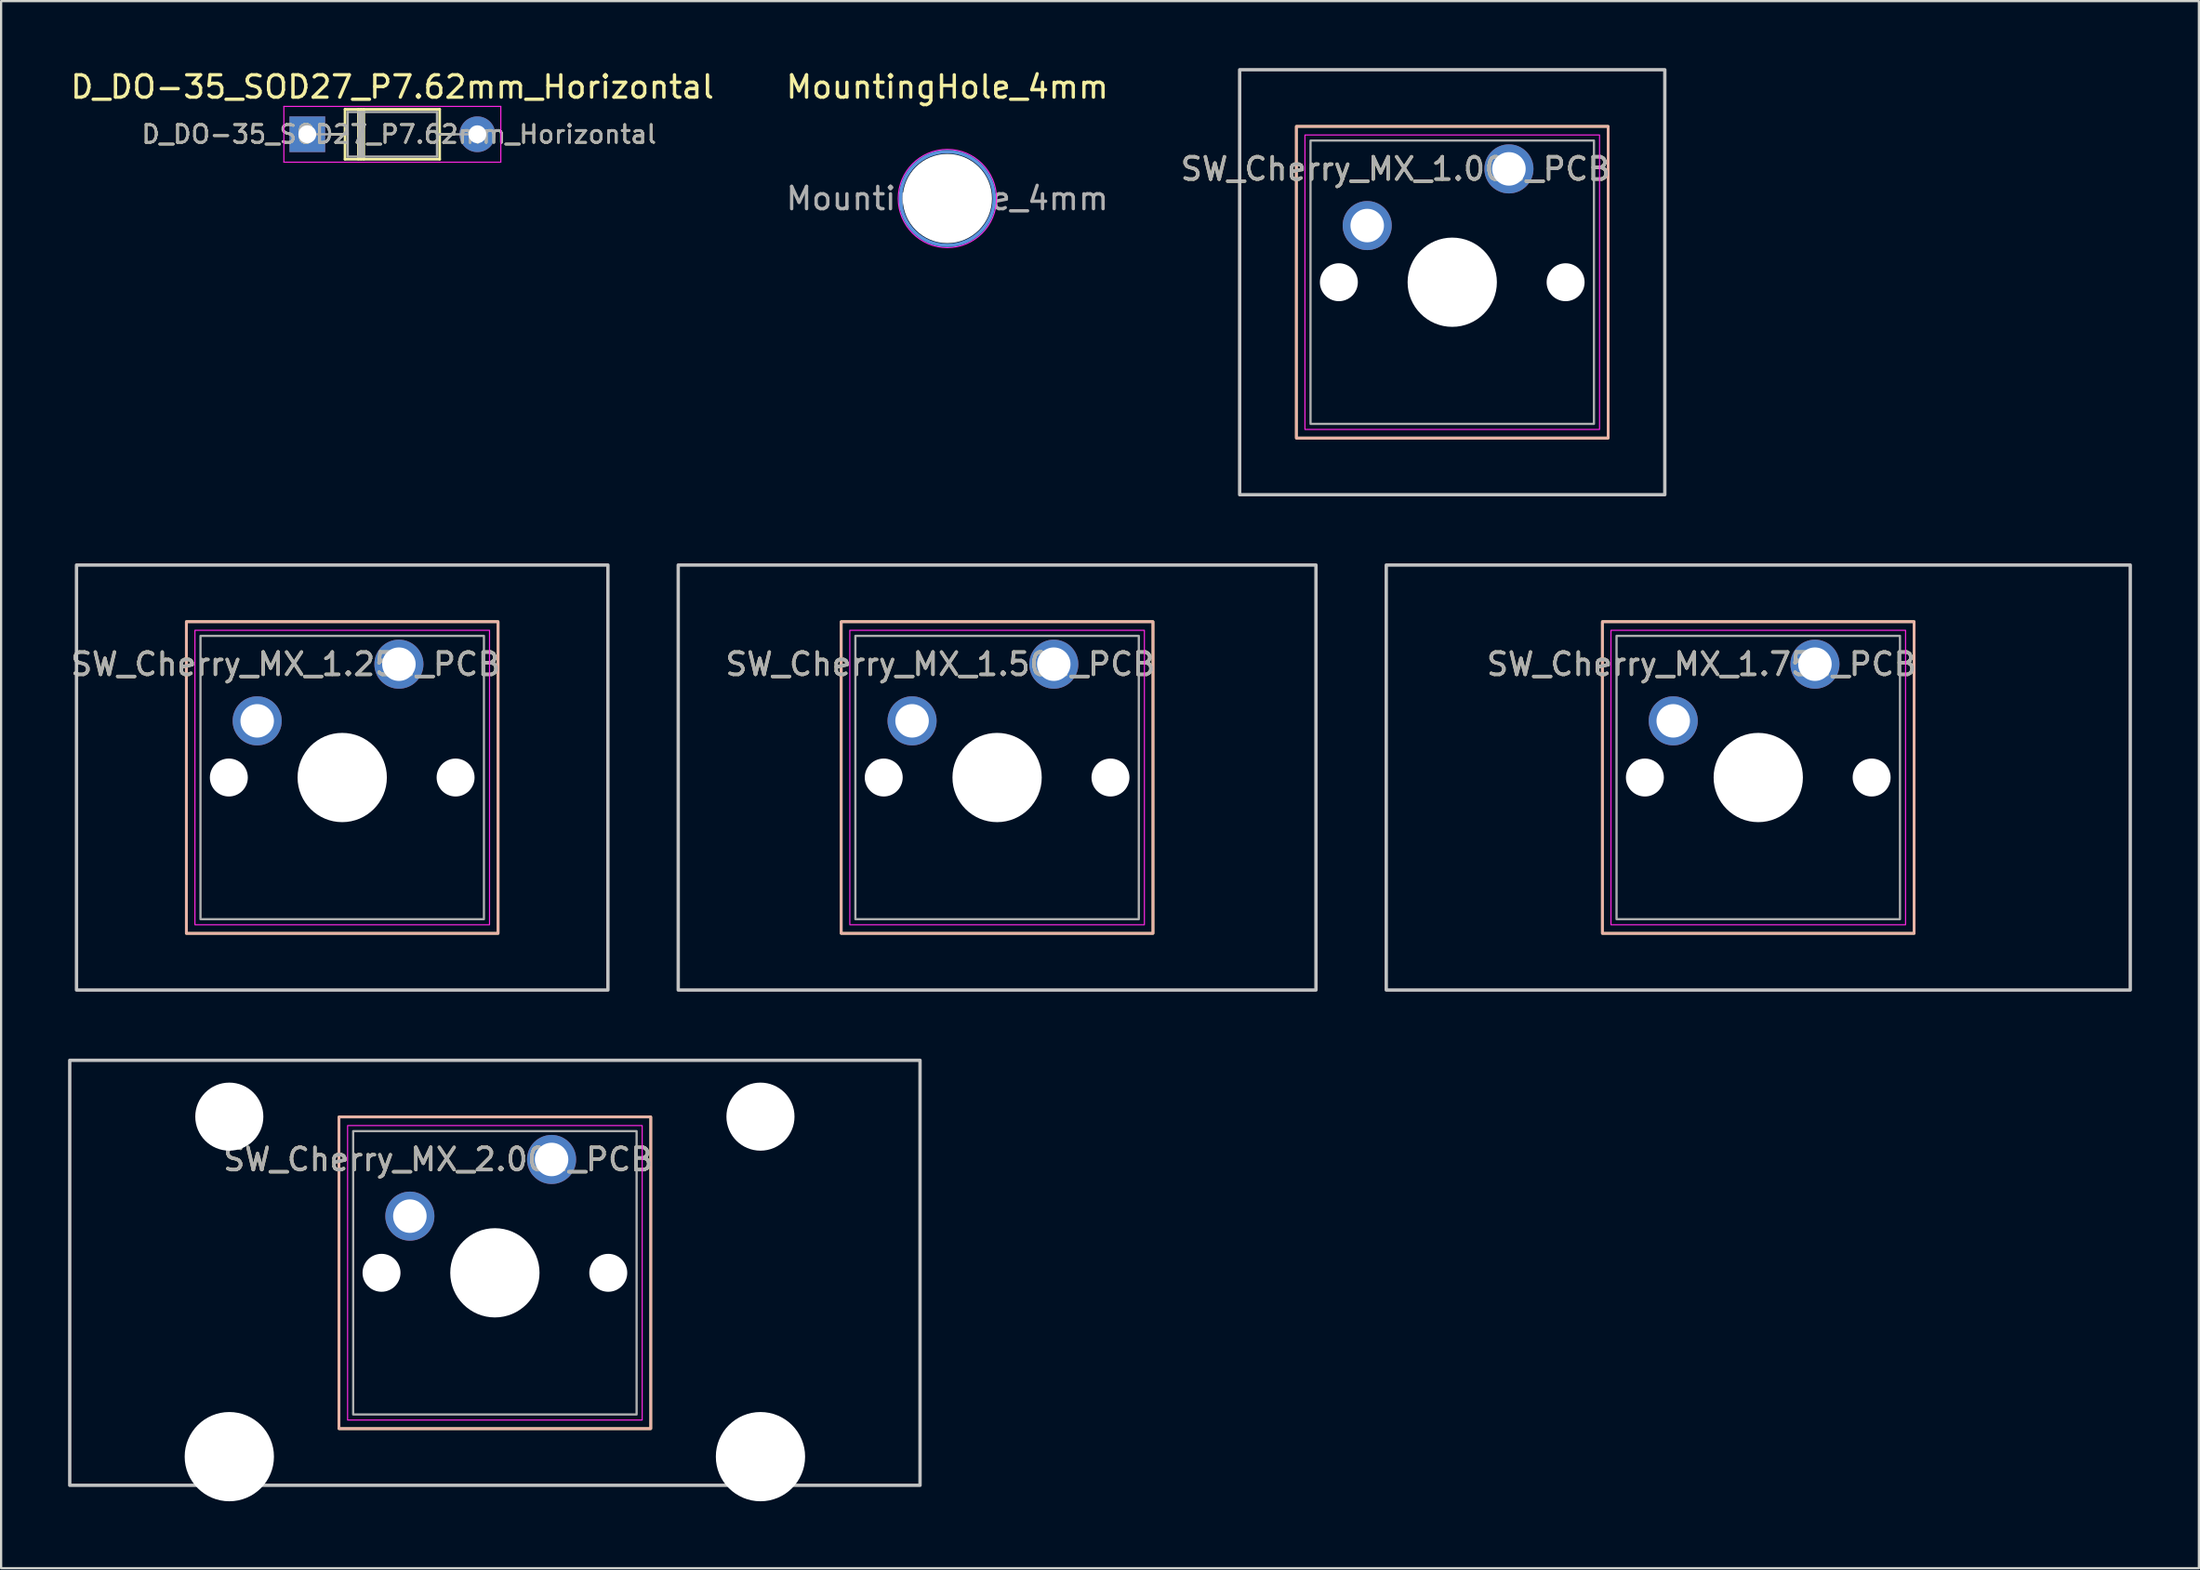
<source format=kicad_pcb>
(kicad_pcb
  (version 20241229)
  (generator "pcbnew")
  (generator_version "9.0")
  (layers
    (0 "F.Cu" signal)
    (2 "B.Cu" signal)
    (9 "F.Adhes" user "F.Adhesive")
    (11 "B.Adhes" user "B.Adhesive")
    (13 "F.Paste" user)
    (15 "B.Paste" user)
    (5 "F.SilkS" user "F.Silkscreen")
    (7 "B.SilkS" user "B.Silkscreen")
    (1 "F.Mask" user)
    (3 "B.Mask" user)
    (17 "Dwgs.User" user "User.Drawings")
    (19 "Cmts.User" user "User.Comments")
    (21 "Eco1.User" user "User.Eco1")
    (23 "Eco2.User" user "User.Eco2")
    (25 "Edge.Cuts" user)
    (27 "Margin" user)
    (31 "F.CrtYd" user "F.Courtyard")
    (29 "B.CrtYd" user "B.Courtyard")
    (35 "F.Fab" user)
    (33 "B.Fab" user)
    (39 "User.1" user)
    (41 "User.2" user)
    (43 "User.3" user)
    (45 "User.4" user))
  (footprint "SW_Cherry_MX_1.00u_PCB"
    (layer "F.Cu")
    (at 64.562 4.52)
    (property "Reference" "SW_Cherry_MX_1.00u_PCB" (at -5.08 0 0) (layer "F.SilkS") (effects (font (size 1 1) (thickness 0.15))))
    (attr through_hole)
    (fp_rect (start -9.525 -1.905) (end 4.445 12.065) (stroke (width 0.12) (type solid)) (fill no) (layer "F.SilkS"))
    (fp_rect (start -9.525 -1.905) (end 4.445 12.065) (stroke (width 0.12) (type solid)) (fill no) (layer "B.SilkS"))
    (fp_rect (start -12.065 -4.445) (end 6.985 14.605) (stroke (width 0.15) (type solid)) (fill no) (layer "Dwgs.User"))
    (fp_rect (start -9.14 -1.52) (end 4.06 11.68) (stroke (width 0.05) (type solid)) (fill no) (layer "F.CrtYd"))
    (fp_rect (start -8.89 -1.27) (end 3.81 11.43) (stroke (width 0.1) (type solid)) (fill no) (layer "F.Fab"))
    (fp_rect (start -9.538 -1.918) (end 4.458 12.078) (stroke (width 0.051) (type solid)) (fill no) (layer "User.1"))
    (fp_text user "${REFERENCE}" (at -5.08 0 0) (layer "F.Fab") (effects (font (size 1 1) (thickness 0.15))))
    (pad "" np_thru_hole circle (at -7.62 5.08) (size 1.7 1.7) (drill 1.7) (layers "*.Cu" "*.Mask"))
    (pad "" np_thru_hole circle (at -2.54 5.08) (size 4 4) (drill 4) (layers "*.Cu" "*.Mask"))
    (pad "" np_thru_hole circle (at 2.54 5.08) (size 1.7 1.7) (drill 1.7) (layers "*.Cu" "*.Mask"))
    (pad "1" thru_hole circle (at 0 0) (size 2.2 2.2) (drill 1.5) (layers "*.Cu" "*.Mask"))
    (pad "2" thru_hole circle (at -6.35 2.54) (size 2.2 2.2) (drill 1.5) (layers "*.Cu" "*.Mask")))
  (footprint "SW_Cherry_MX_1.75u_PCB"
    (layer "F.Cu")
    (at 78.274 26.72)
    (property "Reference" "SW_Cherry_MX_1.75u_PCB" (at -5.08 0 0) (layer "F.SilkS") (effects (font (size 1 1) (thickness 0.15))))
    (attr through_hole)
    (fp_rect (start -9.525 -1.905) (end 4.445 12.065) (stroke (width 0.12) (type solid)) (fill no) (layer "F.SilkS"))
    (fp_rect (start -9.525 -1.905) (end 4.445 12.065) (stroke (width 0.12) (type solid)) (fill no) (layer "B.SilkS"))
    (fp_rect (start -19.209 -4.445) (end 14.129 14.605) (stroke (width 0.15) (type solid)) (fill no) (layer "Dwgs.User"))
    (fp_rect (start -9.14 -1.52) (end 4.06 11.68) (stroke (width 0.05) (type solid)) (fill no) (layer "F.CrtYd"))
    (fp_rect (start -8.89 -1.27) (end 3.81 11.43) (stroke (width 0.1) (type solid)) (fill no) (layer "F.Fab"))
    (fp_rect (start -9.538 -1.918) (end 4.458 12.078) (stroke (width 0.051) (type solid)) (fill no) (layer "User.1"))
    (fp_text user "${REFERENCE}" (at -5.08 0 0) (layer "F.Fab") (effects (font (size 1 1) (thickness 0.15))))
    (pad "" np_thru_hole circle (at -7.62 5.08) (size 1.7 1.7) (drill 1.7) (layers "*.Cu" "*.Mask"))
    (pad "" np_thru_hole circle (at -2.54 5.08) (size 4 4) (drill 4) (layers "*.Cu" "*.Mask"))
    (pad "" np_thru_hole circle (at 2.54 5.08) (size 1.7 1.7) (drill 1.7) (layers "*.Cu" "*.Mask"))
    (pad "1" thru_hole circle (at 0 0) (size 2.2 2.2) (drill 1.5) (layers "*.Cu" "*.Mask"))
    (pad "2" thru_hole circle (at -6.35 2.54) (size 2.2 2.2) (drill 1.5) (layers "*.Cu" "*.Mask")))
  (footprint "D_DO-35_SOD27_P7.62mm_Horizontal"
    (layer "F.Cu")
    (at 10.72 2.968)
    (property "Reference" "D_DO-35_SOD27_P7.62mm_Horizontal" (at 3.81 -2.12 0) (layer "F.SilkS") (effects (font (size 1 1) (thickness 0.15))))
    (attr through_hole)
    (fp_line (start 1.04 0) (end 1.69 0) (stroke (width 0.12) (type solid)) (layer "F.SilkS"))
    (fp_line (start 1.69 -1.12) (end 1.69 1.12) (stroke (width 0.12) (type solid)) (layer "F.SilkS"))
    (fp_line (start 1.69 1.12) (end 5.93 1.12) (stroke (width 0.12) (type solid)) (layer "F.SilkS"))
    (fp_line (start 2.29 -1.12) (end 2.29 1.12) (stroke (width 0.12) (type solid)) (layer "F.SilkS"))
    (fp_line (start 2.41 -1.12) (end 2.41 1.12) (stroke (width 0.12) (type solid)) (layer "F.SilkS"))
    (fp_line (start 2.53 -1.12) (end 2.53 1.12) (stroke (width 0.12) (type solid)) (layer "F.SilkS"))
    (fp_line (start 5.93 -1.12) (end 1.69 -1.12) (stroke (width 0.12) (type solid)) (layer "F.SilkS"))
    (fp_line (start 5.93 1.12) (end 5.93 -1.12) (stroke (width 0.12) (type solid)) (layer "F.SilkS"))
    (fp_line (start 6.58 0) (end 5.93 0) (stroke (width 0.12) (type solid)) (layer "F.SilkS"))
    (fp_line (start -1.05 -1.25) (end -1.05 1.25) (stroke (width 0.05) (type solid)) (layer "F.CrtYd"))
    (fp_line (start -1.05 1.25) (end 8.67 1.25) (stroke (width 0.05) (type solid)) (layer "F.CrtYd"))
    (fp_line (start 8.67 -1.25) (end -1.05 -1.25) (stroke (width 0.05) (type solid)) (layer "F.CrtYd"))
    (fp_line (start 8.67 1.25) (end 8.67 -1.25) (stroke (width 0.05) (type solid)) (layer "F.CrtYd"))
    (fp_line (start 0 0) (end 1.81 0) (stroke (width 0.1) (type solid)) (layer "F.Fab"))
    (fp_line (start 1.81 -1) (end 1.81 1) (stroke (width 0.1) (type solid)) (layer "F.Fab"))
    (fp_line (start 1.81 1) (end 5.81 1) (stroke (width 0.1) (type solid)) (layer "F.Fab"))
    (fp_line (start 2.31 -1) (end 2.31 1) (stroke (width 0.1) (type solid)) (layer "F.Fab"))
    (fp_line (start 2.41 -1) (end 2.41 1) (stroke (width 0.1) (type solid)) (layer "F.Fab"))
    (fp_line (start 2.51 -1) (end 2.51 1) (stroke (width 0.1) (type solid)) (layer "F.Fab"))
    (fp_line (start 5.81 -1) (end 1.81 -1) (stroke (width 0.1) (type solid)) (layer "F.Fab"))
    (fp_line (start 5.81 1) (end 5.81 -1) (stroke (width 0.1) (type solid)) (layer "F.Fab"))
    (fp_line (start 7.62 0) (end 5.81 0) (stroke (width 0.1) (type solid)) (layer "F.Fab"))
    (fp_text user "${REFERENCE}" (at 4.11 0 0) (layer "F.SilkS") (effects (font (size 0.8 0.8) (thickness 0.12))))
    (fp_text user "${REFERENCE}" (at 4.11 0 0) (layer "F.Fab") (effects (font (size 0.8 0.8) (thickness 0.12))))
    (pad "1" thru_hole rect (at 0 0) (size 1.6 1.6) (drill 0.8) (layers "*.Cu" "*.Mask"))
    (pad "2" thru_hole oval (at 7.62 0) (size 1.6 1.6) (drill 0.8) (layers "*.Cu" "*.Mask")))
  (footprint "SW_Cherry_MX_1.50u_PCB"
    (layer "F.Cu")
    (at 44.168 26.72)
    (property "Reference" "SW_Cherry_MX_1.50u_PCB" (at -5.08 0 0) (layer "F.SilkS") (effects (font (size 1 1) (thickness 0.15))))
    (attr through_hole)
    (fp_rect (start -9.525 -1.905) (end 4.445 12.065) (stroke (width 0.12) (type solid)) (fill no) (layer "F.SilkS"))
    (fp_rect (start -9.525 -1.905) (end 4.445 12.065) (stroke (width 0.12) (type solid)) (fill no) (layer "B.SilkS"))
    (fp_rect (start -16.828 -4.445) (end 11.748 14.605) (stroke (width 0.15) (type solid)) (fill no) (layer "Dwgs.User"))
    (fp_rect (start -9.14 -1.52) (end 4.06 11.68) (stroke (width 0.05) (type solid)) (fill no) (layer "F.CrtYd"))
    (fp_rect (start -8.89 -1.27) (end 3.81 11.43) (stroke (width 0.1) (type solid)) (fill no) (layer "F.Fab"))
    (fp_rect (start -9.538 -1.918) (end 4.458 12.078) (stroke (width 0.051) (type solid)) (fill no) (layer "User.1"))
    (fp_text user "${REFERENCE}" (at -5.08 0 0) (layer "F.Fab") (effects (font (size 1 1) (thickness 0.15))))
    (pad "" np_thru_hole circle (at -7.62 5.08) (size 1.7 1.7) (drill 1.7) (layers "*.Cu" "*.Mask"))
    (pad "" np_thru_hole circle (at -2.54 5.08) (size 4 4) (drill 4) (layers "*.Cu" "*.Mask"))
    (pad "" np_thru_hole circle (at 2.54 5.08) (size 1.7 1.7) (drill 1.7) (layers "*.Cu" "*.Mask"))
    (pad "1" thru_hole circle (at 0 0) (size 2.2 2.2) (drill 1.5) (layers "*.Cu" "*.Mask"))
    (pad "2" thru_hole circle (at -6.35 2.54) (size 2.2 2.2) (drill 1.5) (layers "*.Cu" "*.Mask")))
  (footprint "SW_Cherry_MX_2.00u_PCB"
    (layer "F.Cu")
    (at 21.665 48.92)
    (property "Reference" "SW_Cherry_MX_2.00u_PCB" (at -5.08 0 0) (layer "F.SilkS") (effects (font (size 1 1) (thickness 0.15))))
    (attr through_hole)
    (fp_rect (start -9.525 -1.905) (end 4.445 12.065) (stroke (width 0.12) (type solid)) (fill no) (layer "F.SilkS"))
    (fp_rect (start -9.525 -1.905) (end 4.445 12.065) (stroke (width 0.12) (type solid)) (fill no) (layer "B.SilkS"))
    (fp_rect (start -21.59 -4.445) (end 16.51 14.605) (stroke (width 0.15) (type solid)) (fill no) (layer "Dwgs.User"))
    (fp_rect (start -9.14 -1.52) (end 4.06 11.68) (stroke (width 0.05) (type solid)) (fill no) (layer "F.CrtYd"))
    (fp_rect (start -8.89 -1.27) (end 3.81 11.43) (stroke (width 0.1) (type solid)) (fill no) (layer "F.Fab"))
    (fp_poly (pts (xy 5.984 7.374) (xy 4.457 7.374) (xy 4.457 12.074) (xy -9.546 12.074) (xy -9.546 7.374) (xy -11.073 7.374) (xy -11.073 11.844) (xy -12.798 11.844) (xy -12.798 12.826) (xy -16.1 12.826) (xy -16.1 11.844) (xy -17.824 11.844) (xy -17.824 5.572) (xy -18.65 5.572) (xy -18.65 2.772) (xy -17.824 2.772) (xy -17.824 -0.459) (xy -16.1 -0.459) (xy -16.1 -1.38) (xy -12.798 -1.38) (xy -12.798 -0.459) (xy -11.073 -0.459) (xy -11.073 2.772) (xy -9.546 2.772) (xy -9.546 -1.93) (xy 4.457 -1.93) (xy 4.457 2.772) (xy 5.984 2.772) (xy 5.984 -0.459) (xy 7.71 -0.459) (xy 7.71 -1.38) (xy 11.011 -1.38) (xy 11.011 -0.459) (xy 12.736 -0.459) (xy 12.736 2.772) (xy 13.562 2.772) (xy 13.562 5.572) (xy 12.736 5.572) (xy 12.736 11.844) (xy 11.011 11.844) (xy 11.011 12.826) (xy 7.71 12.826) (xy 7.71 11.844) (xy 5.984 11.844)) (stroke (width 0.053) (type solid)) (fill no) (layer "User.1"))
    (fp_text user "${REFERENCE}" (at -5.08 0 0) (layer "F.Fab") (effects (font (size 1 1) (thickness 0.15))))
    (pad "" np_thru_hole circle (at -14.44 -1.92) (size 3.05 3.05) (drill 3.05) (layers "*.Cu" "*.Mask"))
    (pad "" np_thru_hole circle (at -14.44 13.32) (size 4 4) (drill 4) (layers "*.Cu" "*.Mask"))
    (pad "" np_thru_hole circle (at -7.62 5.08) (size 1.7 1.7) (drill 1.7) (layers "*.Cu" "*.Mask"))
    (pad "" np_thru_hole circle (at -2.54 5.08) (size 4 4) (drill 4) (layers "*.Cu" "*.Mask"))
    (pad "" np_thru_hole circle (at 2.54 5.08) (size 1.7 1.7) (drill 1.7) (layers "*.Cu" "*.Mask"))
    (pad "" np_thru_hole circle (at 9.36 -1.92) (size 3.05 3.05) (drill 3.05) (layers "*.Cu" "*.Mask"))
    (pad "" np_thru_hole circle (at 9.36 13.32) (size 4 4) (drill 4) (layers "*.Cu" "*.Mask"))
    (pad "1" thru_hole circle (at 0 0) (size 2.2 2.2) (drill 1.5) (layers "*.Cu" "*.Mask"))
    (pad "2" thru_hole circle (at -6.35 2.54) (size 2.2 2.2) (drill 1.5) (layers "*.Cu" "*.Mask")))
  (footprint "SW_Cherry_MX_1.25u_PCB"
    (layer "F.Cu")
    (at 14.824 26.72)
    (property "Reference" "SW_Cherry_MX_1.25u_PCB" (at -5.08 0 0) (layer "F.SilkS") (effects (font (size 1 1) (thickness 0.15))))
    (attr through_hole)
    (fp_rect (start -9.525 -1.905) (end 4.445 12.065) (stroke (width 0.12) (type solid)) (fill no) (layer "F.SilkS"))
    (fp_rect (start -9.525 -1.905) (end 4.445 12.065) (stroke (width 0.12) (type solid)) (fill no) (layer "B.SilkS"))
    (fp_rect (start -14.446 -4.445) (end 9.366 14.605) (stroke (width 0.15) (type solid)) (fill no) (layer "Dwgs.User"))
    (fp_rect (start -9.14 -1.52) (end 4.06 11.68) (stroke (width 0.05) (type solid)) (fill no) (layer "F.CrtYd"))
    (fp_rect (start -8.89 -1.27) (end 3.81 11.43) (stroke (width 0.1) (type solid)) (fill no) (layer "F.Fab"))
    (fp_rect (start -9.538 -1.918) (end 4.458 12.078) (stroke (width 0.051) (type solid)) (fill no) (layer "User.1"))
    (fp_text user "${REFERENCE}" (at -5.08 0 0) (layer "F.Fab") (effects (font (size 1 1) (thickness 0.15))))
    (pad "" np_thru_hole circle (at -7.62 5.08) (size 1.7 1.7) (drill 1.7) (layers "*.Cu" "*.Mask"))
    (pad "" np_thru_hole circle (at -2.54 5.08) (size 4 4) (drill 4) (layers "*.Cu" "*.Mask"))
    (pad "" np_thru_hole circle (at 2.54 5.08) (size 1.7 1.7) (drill 1.7) (layers "*.Cu" "*.Mask"))
    (pad "1" thru_hole circle (at 0 0) (size 2.2 2.2) (drill 1.5) (layers "*.Cu" "*.Mask"))
    (pad "2" thru_hole circle (at -6.35 2.54) (size 2.2 2.2) (drill 1.5) (layers "*.Cu" "*.Mask")))
  (footprint "MountingHole_4mm"
    (layer "F.Cu")
    (at 39.399 5.848)
    (property "Reference" "MountingHole_4mm" (at 0 -5 0) (layer "F.SilkS") (effects (font (size 1 1) (thickness 0.15))))
    (attr exclude_from_pos_files exclude_from_bom)
    (fp_circle (center 0 0) (end 2.1 0) (stroke (width 0.15) (type solid)) (fill no) (layer "Cmts.User"))
    (fp_circle (center 0 0) (end 2.2 0) (stroke (width 0.05) (type solid)) (fill no) (layer "F.CrtYd"))
    (fp_text user "${REFERENCE}" (at 0 0 0) (layer "F.Fab") (effects (font (size 1 1) (thickness 0.15))))
    (pad "" np_thru_hole circle (at 0 0) (size 4 4) (drill 4) (layers "*.Cu" "*.Mask")))
  (gr_rect
    (start -3 -3)
    (end 95.478 67.24)
    (stroke (width 0.1) (type default))
    (fill no)
    (layer "Edge.Cuts")))
</source>
